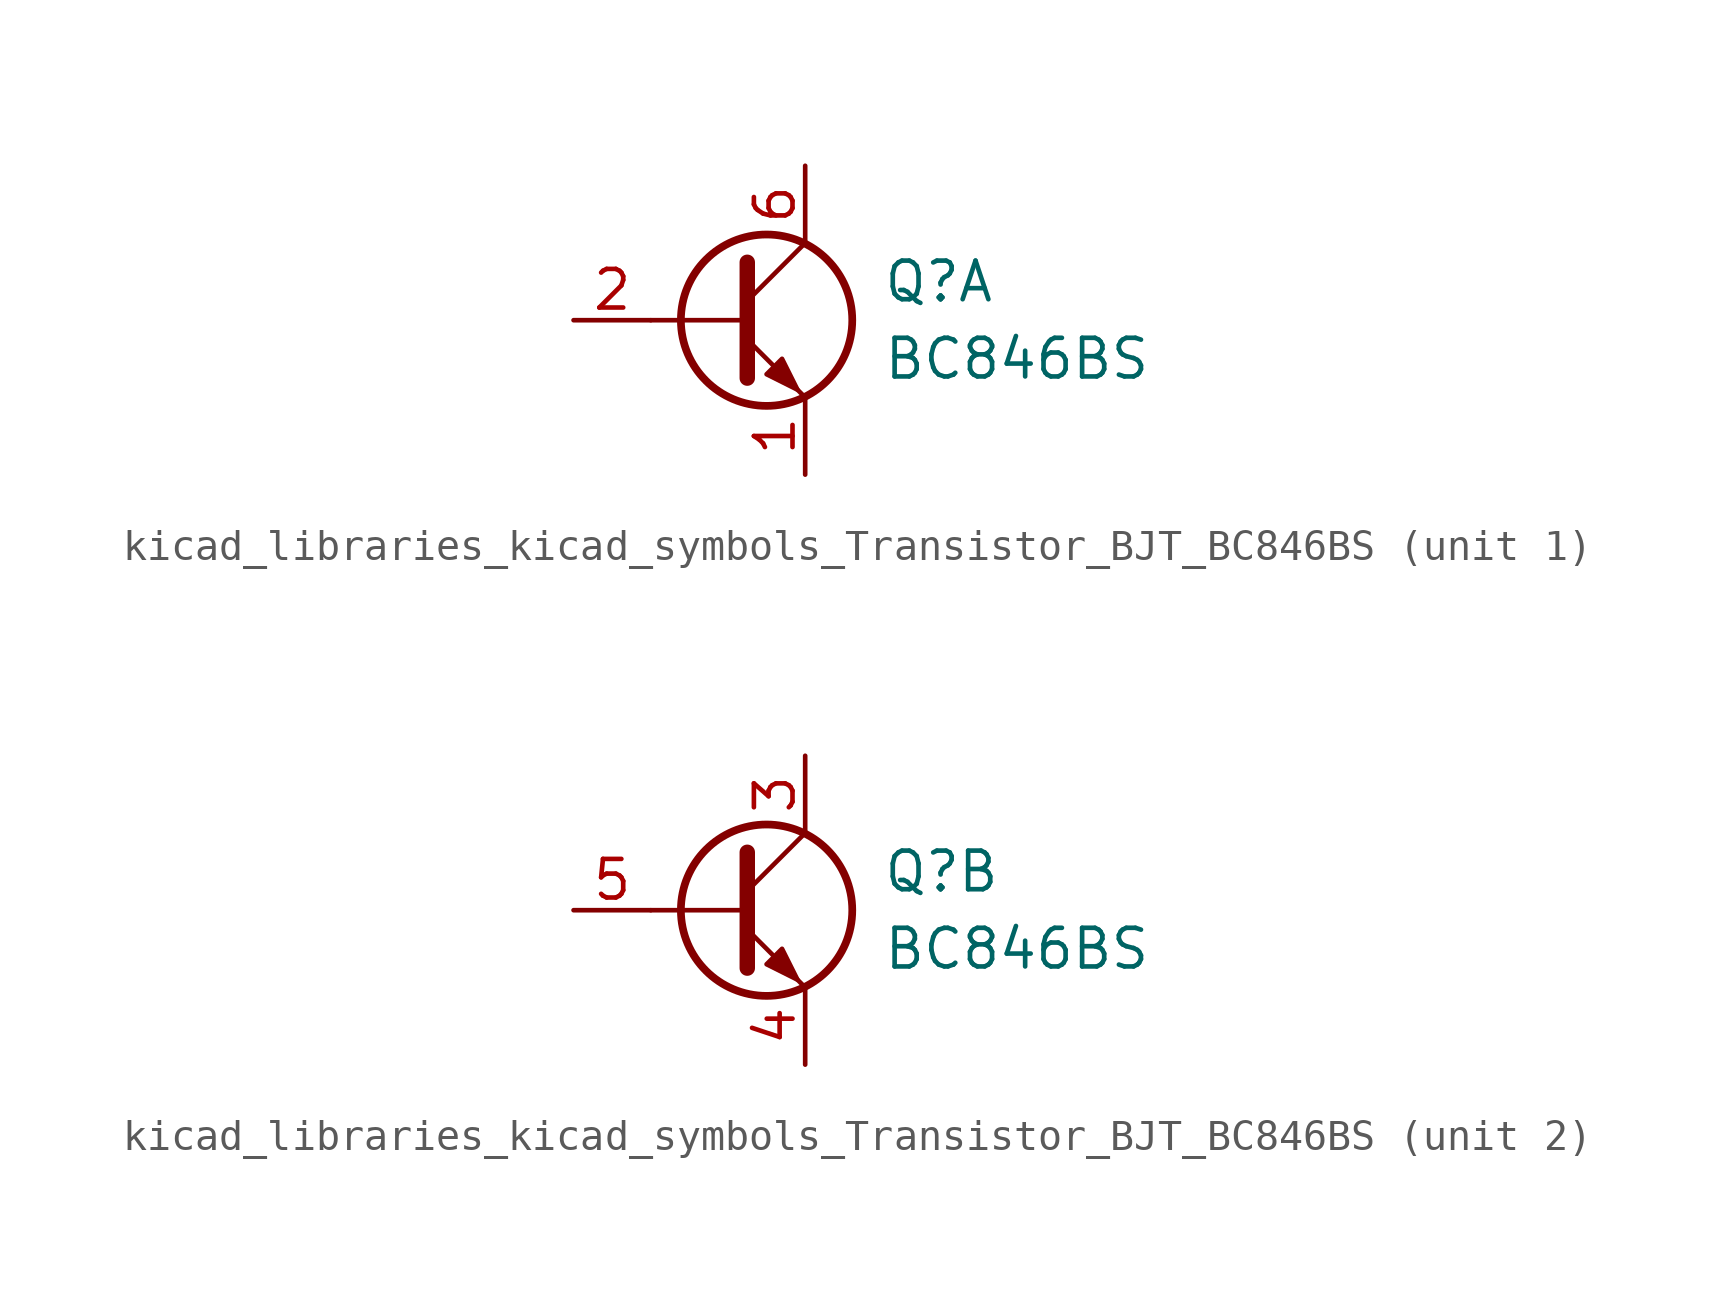
<source format=kicad_sym>
(kicad_symbol_lib
  (version 20220914)
  (generator kicad_symbol_editor)
  (symbol "kicad_libraries_kicad_symbols_Transistor_BJT_BC846BS"
    (pin_names
      (offset 0) hide)
    (property "Reference" "Q"
      (at 5.08 1.27 0)
      (effects (font (size 1.27 1.27)) (justify left)))
    (property "Value" "BC846BS"
      (at 5.08 -1.27 0)
      (effects (font (size 1.27 1.27)) (justify left)))
    (property "ki_locked" ""
      (at 0 0 0)
      (effects (font (size 1.27 1.27))))
    (symbol "kicad_libraries_kicad_symbols_Transistor_BJT_BC846BS_0_1"
      (polyline (pts (xy 0.635 0) (xy -2.54 0)) (stroke (width 0) (type default)) (fill (type none)))
      (polyline (pts (xy 0.635 0.635) (xy 2.54 2.54)) (stroke (width 0) (type default)) (fill (type none)))
      (polyline (pts (xy 0.635 -0.635) (xy 2.54 -2.54) (xy 2.54 -2.54)) (stroke (width 0) (type default)) (fill (type none)))
      (polyline (pts (xy 0.635 1.905) (xy 0.635 -1.905) (xy 0.635 -1.905)) (stroke (width 0.508) (type default)) (fill (type none)))
      (polyline (pts (xy 1.27 -1.778) (xy 1.778 -1.27) (xy 2.286 -2.286) (xy 1.27 -1.778) (xy 1.27 -1.778)) (stroke (width 0) (type default)) (fill (type outline)))
      (circle (center 1.27 0) (radius 2.819) (stroke (width 0.254) (type default)) (fill (type none))))
    (symbol "kicad_libraries_kicad_symbols_Transistor_BJT_BC846BS_1_1"
      (pin passive line (at 2.54 -5.08 90) (length 2.54) (name "E1" (effects (font (size 1.27 1.27)))) (number "1" (effects (font (size 1.27 1.27)))))
      (pin input line (at -5.08 0 0) (length 2.54) (name "B1" (effects (font (size 1.27 1.27)))) (number "2" (effects (font (size 1.27 1.27)))))
      (pin passive line (at 2.54 5.08 270) (length 2.54) (name "C1" (effects (font (size 1.27 1.27)))) (number "6" (effects (font (size 1.27 1.27))))))
    (symbol "kicad_libraries_kicad_symbols_Transistor_BJT_BC846BS_2_1"
      (pin passive line (at 2.54 5.08 270) (length 2.54) (name "C2" (effects (font (size 1.27 1.27)))) (number "3" (effects (font (size 1.27 1.27)))))
      (pin passive line (at 2.54 -5.08 90) (length 2.54) (name "E2" (effects (font (size 1.27 1.27)))) (number "4" (effects (font (size 1.27 1.27)))))
      (pin input line (at -5.08 0 0) (length 2.54) (name "B2" (effects (font (size 1.27 1.27)))) (number "5" (effects (font (size 1.27 1.27))))))))
</source>
